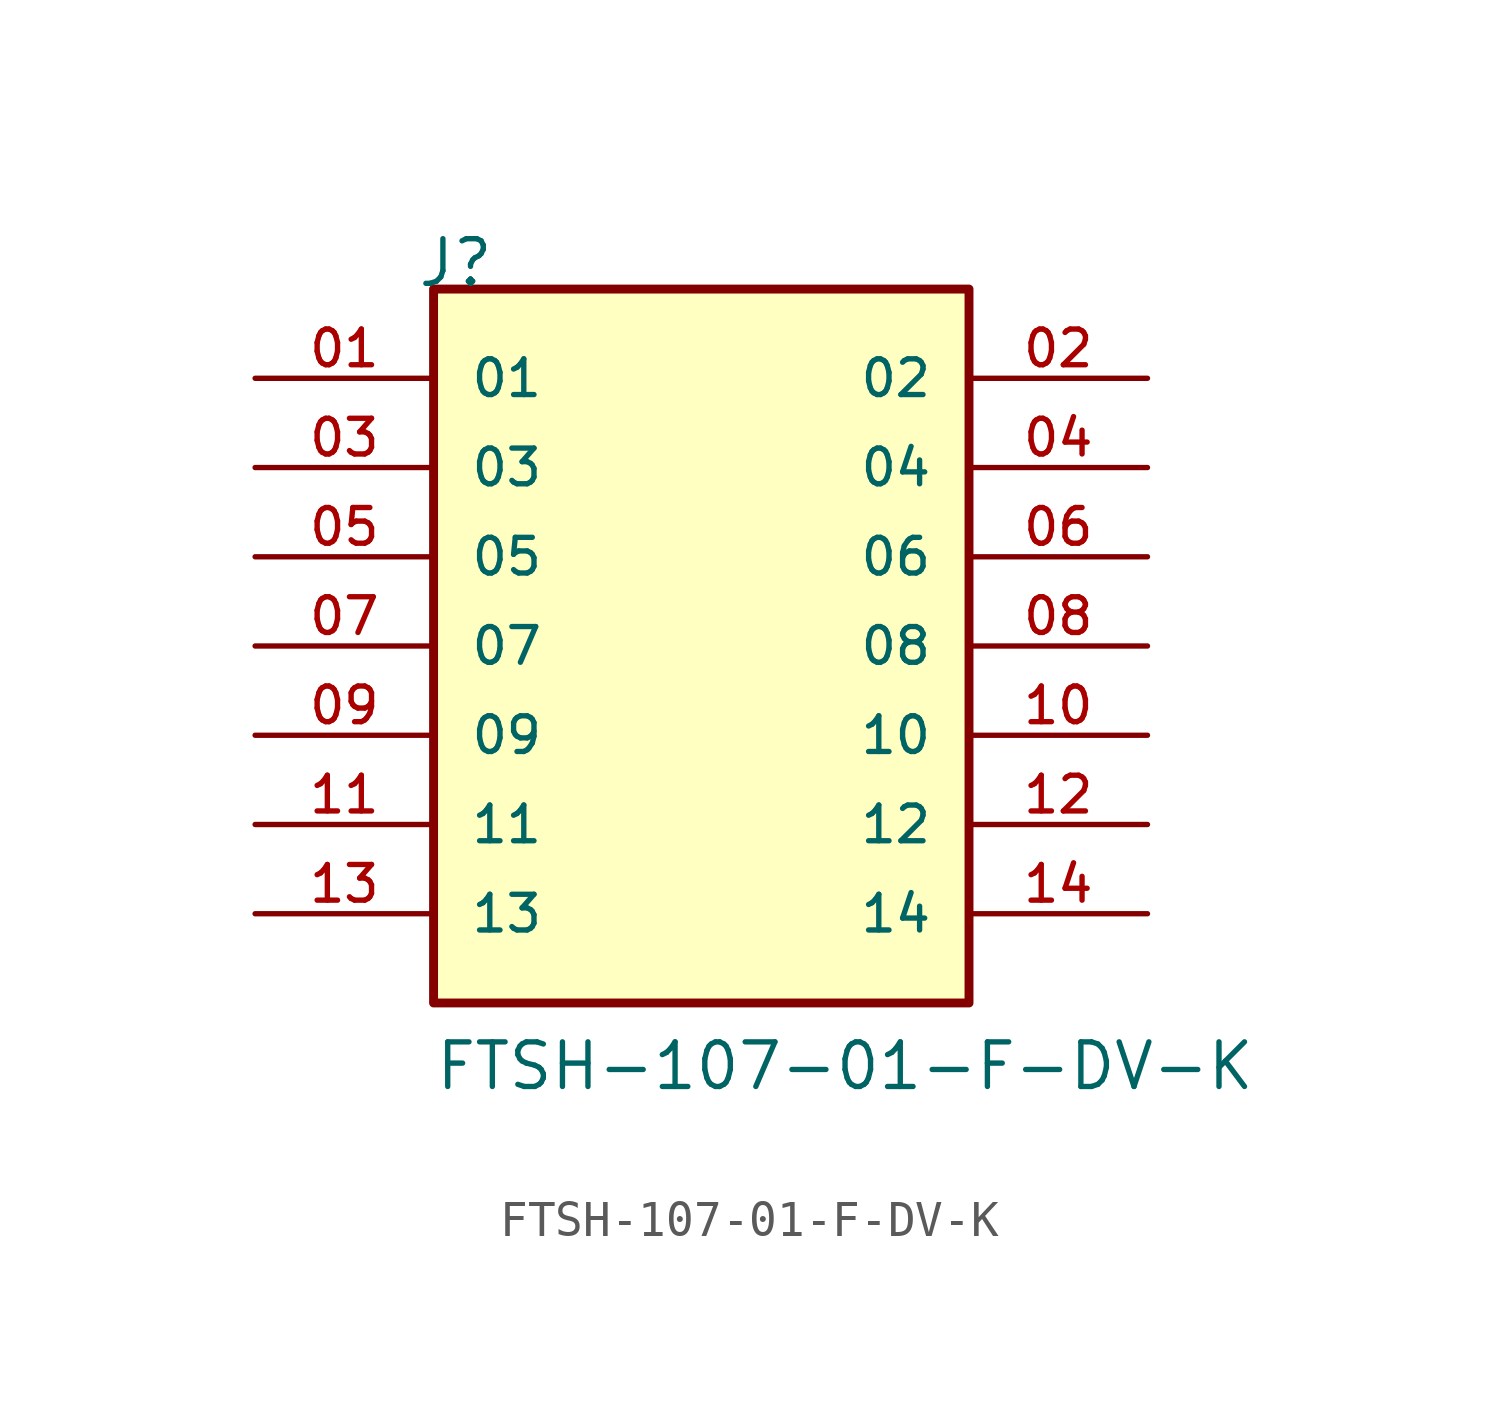
<source format=kicad_sym>
(kicad_symbol_lib
  (version 20231120)
  (generator "kicad_symbol_editor")
  (generator_version "8.0")
  (symbol "FTSH-107-01-F-DV-K"
    (pin_names
      (offset 1.016))
    (property "Reference" "J"
      (at -8.12 10.16 0)
      (effects (font (size 1.27 1.27)) (justify left bottom)))
    (property "Value" "FTSH-107-01-F-DV-K"
      (at -7.62 -12.7 0)
      (effects (font (size 1.27 1.27)) (justify left bottom)))
    (symbol "FTSH-107-01-F-DV-K_0_0"
      (rectangle (start -7.62 -10.16) (end 7.62 10.16) (stroke (width 0.254) (type default)) (fill (type background)))
      (pin passive line (at -12.7 7.62 0) (length 5.08) (name "01" (effects (font (size 1.016 1.016)))) (number "01" (effects (font (size 1.016 1.016)))))
      (pin passive line (at 12.7 7.62 180) (length 5.08) (name "02" (effects (font (size 1.016 1.016)))) (number "02" (effects (font (size 1.016 1.016)))))
      (pin passive line (at -12.7 5.08 0) (length 5.08) (name "03" (effects (font (size 1.016 1.016)))) (number "03" (effects (font (size 1.016 1.016)))))
      (pin passive line (at 12.7 5.08 180) (length 5.08) (name "04" (effects (font (size 1.016 1.016)))) (number "04" (effects (font (size 1.016 1.016)))))
      (pin passive line (at -12.7 2.54 0) (length 5.08) (name "05" (effects (font (size 1.016 1.016)))) (number "05" (effects (font (size 1.016 1.016)))))
      (pin passive line (at 12.7 2.54 180) (length 5.08) (name "06" (effects (font (size 1.016 1.016)))) (number "06" (effects (font (size 1.016 1.016)))))
      (pin passive line (at -12.7 0 0) (length 5.08) (name "07" (effects (font (size 1.016 1.016)))) (number "07" (effects (font (size 1.016 1.016)))))
      (pin passive line (at 12.7 0 180) (length 5.08) (name "08" (effects (font (size 1.016 1.016)))) (number "08" (effects (font (size 1.016 1.016)))))
      (pin passive line (at -12.7 -2.54 0) (length 5.08) (name "09" (effects (font (size 1.016 1.016)))) (number "09" (effects (font (size 1.016 1.016)))))
      (pin passive line (at 12.7 -2.54 180) (length 5.08) (name "10" (effects (font (size 1.016 1.016)))) (number "10" (effects (font (size 1.016 1.016)))))
      (pin passive line (at -12.7 -5.08 0) (length 5.08) (name "11" (effects (font (size 1.016 1.016)))) (number "11" (effects (font (size 1.016 1.016)))))
      (pin passive line (at 12.7 -5.08 180) (length 5.08) (name "12" (effects (font (size 1.016 1.016)))) (number "12" (effects (font (size 1.016 1.016)))))
      (pin passive line (at -12.7 -7.62 0) (length 5.08) (name "13" (effects (font (size 1.016 1.016)))) (number "13" (effects (font (size 1.016 1.016)))))
      (pin passive line (at 12.7 -7.62 180) (length 5.08) (name "14" (effects (font (size 1.016 1.016)))) (number "14" (effects (font (size 1.016 1.016))))))))
</source>
